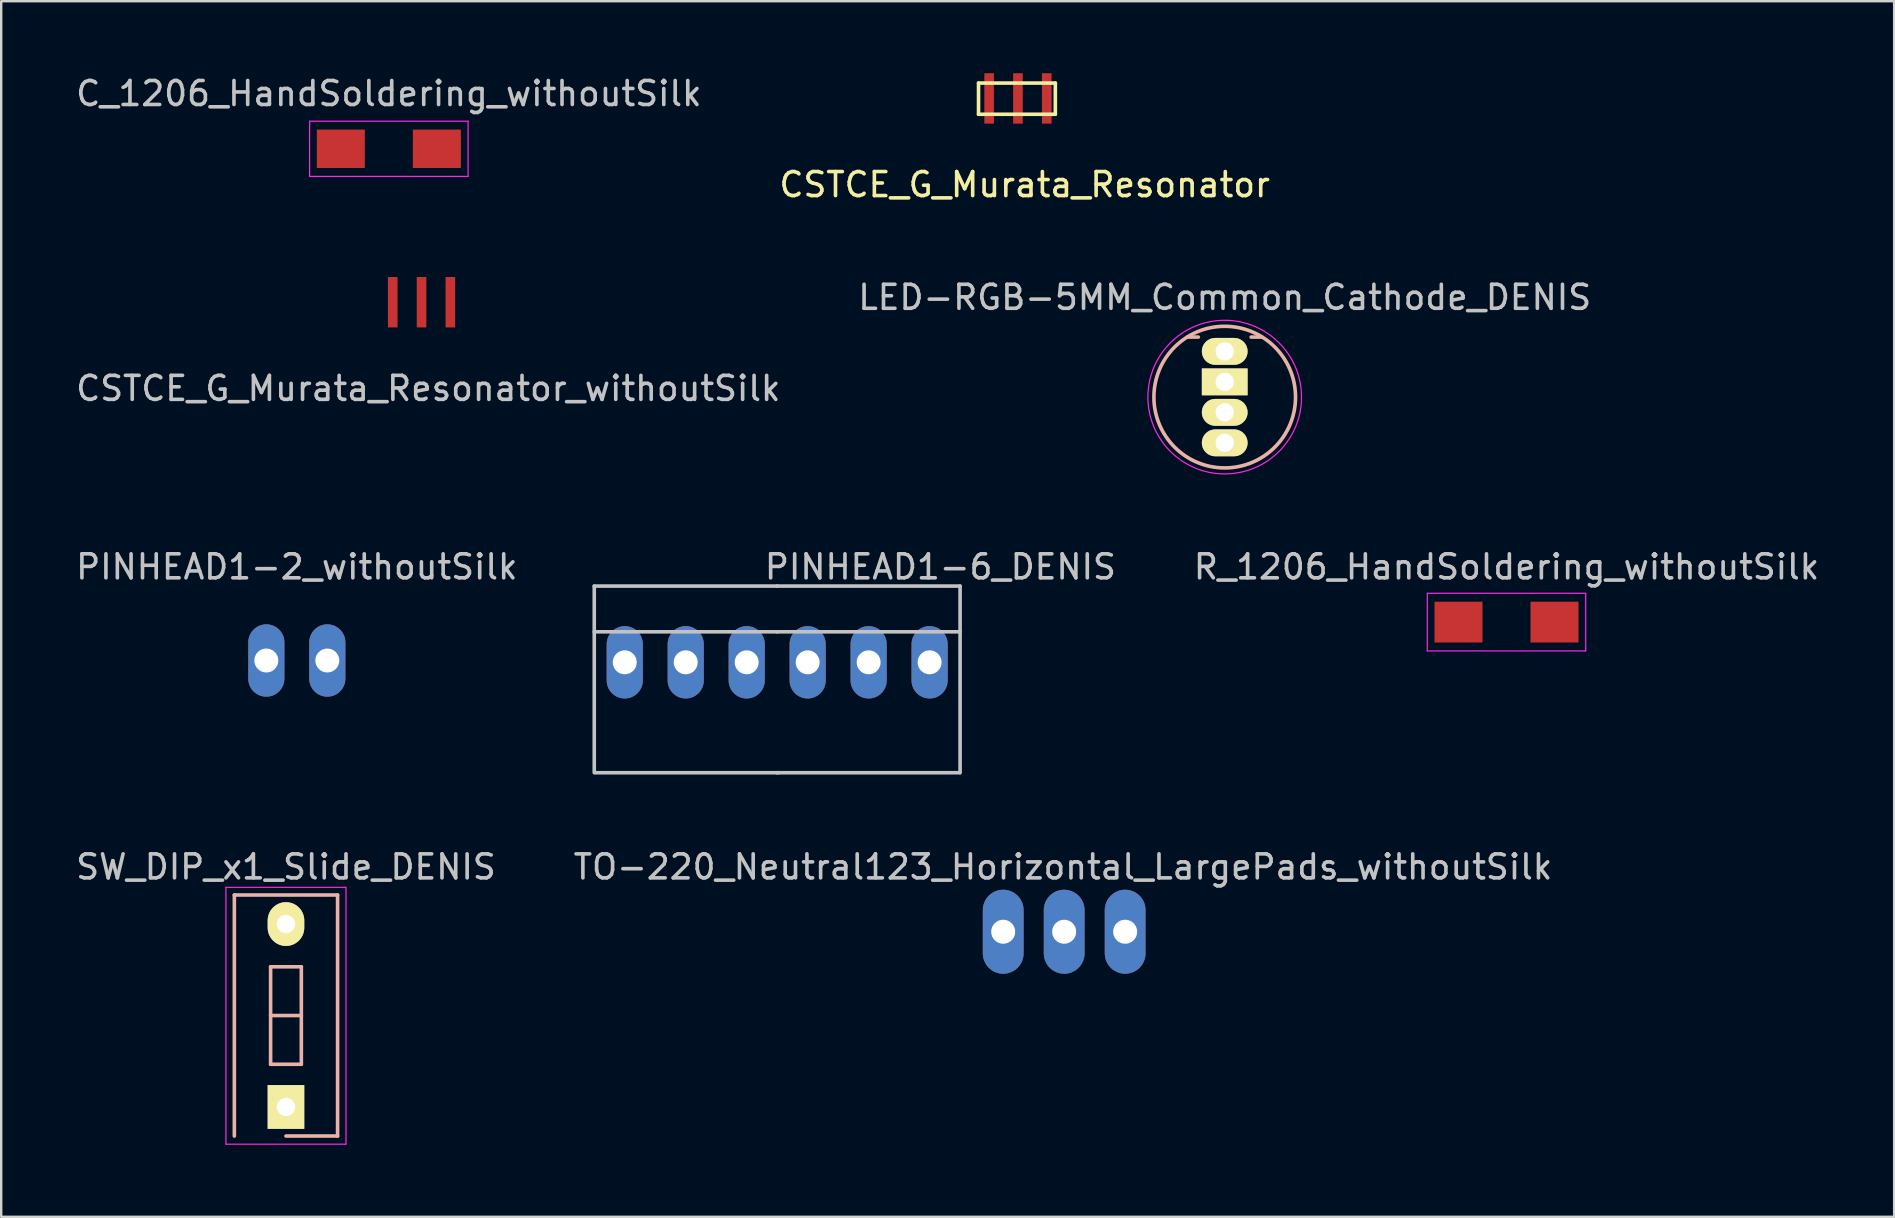
<source format=kicad_pcb>
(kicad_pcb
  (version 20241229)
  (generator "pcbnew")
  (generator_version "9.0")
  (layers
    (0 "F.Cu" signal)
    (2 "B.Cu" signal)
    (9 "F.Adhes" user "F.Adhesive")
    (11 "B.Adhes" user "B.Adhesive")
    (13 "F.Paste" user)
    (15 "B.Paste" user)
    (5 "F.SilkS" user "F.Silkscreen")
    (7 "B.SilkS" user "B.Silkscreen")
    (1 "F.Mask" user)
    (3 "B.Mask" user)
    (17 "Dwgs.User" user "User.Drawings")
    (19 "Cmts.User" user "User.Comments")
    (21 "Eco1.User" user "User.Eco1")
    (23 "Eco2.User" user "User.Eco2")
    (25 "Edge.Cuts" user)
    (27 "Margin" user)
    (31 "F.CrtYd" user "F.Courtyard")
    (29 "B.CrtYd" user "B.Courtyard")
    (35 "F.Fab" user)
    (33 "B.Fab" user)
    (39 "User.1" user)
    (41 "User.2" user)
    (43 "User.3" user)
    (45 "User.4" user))
  (footprint "C_1206_HandSoldering_withoutSilk"
    (layer "F.Cu")
    (at 13.149 3.148)
    (property "Reference" "C_1206_HandSoldering_withoutSilk" (at 0 -2.3 0) (layer "Dwgs.User") (effects (font (size 1 1) (thickness 0.15))))
    (attr smd)
    (fp_line (start -3.3 -1.15) (end -3.3 1.15) (stroke (width 0.05) (type solid)) (layer "F.CrtYd"))
    (fp_line (start -3.3 -1.15) (end 3.3 -1.15) (stroke (width 0.05) (type solid)) (layer "F.CrtYd"))
    (fp_line (start -3.3 1.15) (end 3.3 1.15) (stroke (width 0.05) (type solid)) (layer "F.CrtYd"))
    (fp_line (start 3.3 -1.15) (end 3.3 1.15) (stroke (width 0.05) (type solid)) (layer "F.CrtYd"))
    (pad "1" smd rect (at -2 0) (size 2 1.6) (layers "F.Cu" "F.Mask" "F.Paste"))
    (pad "2" smd rect (at 2 0) (size 2 1.6) (layers "F.Cu" "F.Mask" "F.Paste")))
  (footprint "R_1206_HandSoldering_withoutSilk"
    (layer "F.Cu")
    (at 59.709 22.866)
    (property "Reference" "R_1206_HandSoldering_withoutSilk" (at 0 -2.3 0) (layer "Dwgs.User") (effects (font (size 1 1) (thickness 0.15))))
    (attr smd)
    (fp_line (start -3.3 -1.2) (end -3.3 1.2) (stroke (width 0.05) (type solid)) (layer "F.CrtYd"))
    (fp_line (start -3.3 -1.2) (end 3.3 -1.2) (stroke (width 0.05) (type solid)) (layer "F.CrtYd"))
    (fp_line (start -3.3 1.2) (end 3.3 1.2) (stroke (width 0.05) (type solid)) (layer "F.CrtYd"))
    (fp_line (start 3.3 -1.2) (end 3.3 1.2) (stroke (width 0.05) (type solid)) (layer "F.CrtYd"))
    (pad "1" smd rect (at -2 0) (size 2 1.7) (layers "F.Cu" "F.Mask" "F.Paste"))
    (pad "2" smd rect (at 2 0) (size 2 1.7) (layers "F.Cu" "F.Mask" "F.Paste")))
  (footprint "PINHEAD1-6_DENIS"
    (placed yes)
    (layer "F.Cu")
    (at 29.326 24.541)
    (property "Reference" "PINHEAD1-6_DENIS" (at 6.8 -3.975 0) (layer "Dwgs.User") (effects (font (size 1 1) (thickness 0.15))))
    (attr exclude_from_pos_files exclude_from_bom)
    (fp_line (start -7.62 -3.175) (end -7.62 4.6) (stroke (width 0.15) (type solid)) (layer "Dwgs.User"))
    (fp_line (start -7.62 -3.175) (end 0 -3.175) (stroke (width 0.15) (type solid)) (layer "Dwgs.User"))
    (fp_line (start -0.025 4.6) (end 7.595 4.6) (stroke (width 0.15) (type solid)) (layer "Dwgs.User"))
    (fp_line (start 0 -3.175) (end 7.62 -3.175) (stroke (width 0.15) (type solid)) (layer "Dwgs.User"))
    (fp_line (start 0 -1.27) (end -7.62 -1.27) (stroke (width 0.15) (type solid)) (layer "Dwgs.User"))
    (fp_line (start 0 -1.27) (end 7.62 -1.27) (stroke (width 0.15) (type solid)) (layer "Dwgs.User"))
    (fp_line (start 0.051 4.6) (end -7.569 4.6) (stroke (width 0.15) (type solid)) (layer "Dwgs.User"))
    (fp_line (start 7.62 -3.175) (end 7.62 4.6) (stroke (width 0.15) (type solid)) (layer "Dwgs.User"))
    (pad "1" thru_hole oval (at -6.35 0) (size 1.506 3.015) (drill 0.998) (layers "*.Cu" "*.Mask"))
    (pad "2" thru_hole oval (at -3.81 0) (size 1.506 3.015) (drill 0.998) (layers "*.Cu" "*.Mask"))
    (pad "3" thru_hole oval (at -1.27 0) (size 1.506 3.015) (drill 0.998) (layers "*.Cu" "*.Mask"))
    (pad "4" thru_hole oval (at 1.27 0) (size 1.506 3.015) (drill 0.998) (layers "*.Cu" "*.Mask"))
    (pad "5" thru_hole oval (at 3.81 0) (size 1.506 3.015) (drill 0.998) (layers "*.Cu" "*.Mask"))
    (pad "6" thru_hole oval (at 6.35 0) (size 1.506 3.015) (drill 0.998) (layers "*.Cu" "*.Mask")))
  (footprint "TO-220_Neutral123_Horizontal_LargePads_withoutSilk"
    (placed yes)
    (layer "F.Cu")
    (at 41.282 35.765)
    (property "Reference" "TO-220_Neutral123_Horizontal_LargePads_withoutSilk" (at -0.05 -2.7 0) (layer "Dwgs.User") (effects (font (size 1 1) (thickness 0.15))))
    (attr through_hole)
    (pad "1" thru_hole oval (at -2.54 0 90) (size 3.5 1.699) (drill 1.001) (layers "*.Cu" "*.Mask"))
    (pad "2" thru_hole oval (at 0 0 90) (size 3.5 1.699) (drill 1.001) (layers "*.Cu" "*.Mask"))
    (pad "3" thru_hole oval (at 2.54 0 90) (size 3.5 1.699) (drill 1.001) (layers "*.Cu" "*.Mask")))
  (footprint "LED-RGB-5MM_Common_Cathode_DENIS"
    (layer "F.Cu")
    (at 47.97 11.588)
    (property "Reference" "LED-RGB-5MM_Common_Cathode_DENIS" (at 0 -2.25 0) (layer "Dwgs.User") (effects (font (size 1 1) (thickness 0.15))))
    (attr through_hole)
    (fp_line (start -1.1 -0.595) (end -1.55 -0.595) (stroke (width 0.15) (type solid)) (layer "B.SilkS"))
    (fp_line (start 1.1 -0.595) (end 1.55 -0.595) (stroke (width 0.15) (type solid)) (layer "B.SilkS"))
    (fp_circle (center 0 1.905) (end 2.95 1.905) (stroke (width 0.15) (type solid)) (fill no) (layer "B.SilkS"))
    (fp_circle (center 0 1.905) (end 3.2 1.905) (stroke (width 0.05) (type solid)) (fill no) (layer "F.CrtYd"))
    (pad "1" thru_hole oval (at 0 0) (size 1.905 1.118) (drill 0.762) (layers "*.Cu" "*.Mask" "F.SilkS"))
    (pad "2" thru_hole rect (at 0 1.27) (size 1.905 1.118) (drill 0.762) (layers "*.Cu" "*.Mask" "F.SilkS"))
    (pad "3" thru_hole oval (at 0 2.54) (size 1.905 1.118) (drill 0.762) (layers "*.Cu" "*.Mask" "F.SilkS"))
    (pad "4" thru_hole oval (at 0 3.81) (size 1.905 1.118) (drill 0.762) (layers "*.Cu" "*.Mask" "F.SilkS")))
  (footprint "CSTCE_G_Murata_Resonator"
    (layer "F.Cu")
    (at 38.156 0.288)
    (property "Reference" "CSTCE_G_Murata_Resonator" (at 1.481 4.354 0) (layer "F.SilkS") (effects (font (size 1 1) (thickness 0.15))))
    (attr through_hole)
    (fp_line (start -0.442 0.122) (end -0.442 1.422) (stroke (width 0.15) (type solid)) (layer "F.SilkS"))
    (fp_line (start -0.442 0.122) (end 2.758 0.122) (stroke (width 0.15) (type solid)) (layer "F.SilkS"))
    (fp_line (start -0.442 1.422) (end 2.758 1.422) (stroke (width 0.15) (type solid)) (layer "F.SilkS"))
    (fp_line (start 2.758 0.122) (end 2.758 1.422) (stroke (width 0.15) (type solid)) (layer "F.SilkS"))
    (pad "1" smd rect (at 0 0.762) (size 0.4 2.1) (layers "F.Cu" "F.Mask" "F.Paste"))
    (pad "2" smd rect (at 1.2 0.762) (size 0.4 2.1) (layers "F.Cu" "F.Mask" "F.Paste"))
    (pad "3" smd rect (at 2.4 0.762) (size 0.4 2.1) (layers "F.Cu" "F.Mask" "F.Paste")))
  (footprint "CSTCE_G_Murata_Resonator_withoutSilk"
    (layer "F.Cu")
    (at 13.311 8.778)
    (property "Reference" "CSTCE_G_Murata_Resonator_withoutSilk" (at 1.481 4.354 0) (layer "Dwgs.User") (effects (font (size 1 1) (thickness 0.15))))
    (attr through_hole)
    (pad "1" smd rect (at 0 0.762) (size 0.4 2.1) (layers "F.Cu" "F.Mask" "F.Paste"))
    (pad "2" smd rect (at 1.2 0.762) (size 0.4 2.1) (layers "F.Cu" "F.Mask" "F.Paste"))
    (pad "3" smd rect (at 2.4 0.762) (size 0.4 2.1) (layers "F.Cu" "F.Mask" "F.Paste")))
  (footprint "PINHEAD1-2_withoutSilk"
    (layer "F.Cu")
    (at 9.315 24.466)
    (property "Reference" "PINHEAD1-2_withoutSilk" (at 0 -3.9 0) (layer "Dwgs.User") (effects (font (size 1 1) (thickness 0.15))))
    (attr exclude_from_pos_files exclude_from_bom)
    (pad "1" thru_hole oval (at -1.27 0) (size 1.506 3.015) (drill 0.998) (layers "*.Cu" "*.Mask"))
    (pad "2" thru_hole oval (at 1.27 0) (size 1.506 3.015) (drill 0.998) (layers "*.Cu" "*.Mask")))
  (footprint "SW_DIP_x1_Slide_DENIS"
    (layer "F.Cu")
    (at 8.863 43.065)
    (property "Reference" "SW_DIP_x1_Slide_DENIS" (at 0 -10 0) (layer "Dwgs.User") (effects (font (size 1 1) (thickness 0.15))))
    (attr through_hole)
    (fp_line (start -2.15 -8.83) (end -2.15 1.21) (stroke (width 0.15) (type solid)) (layer "B.SilkS"))
    (fp_line (start -2.15 -8.83) (end 2.15 -8.83) (stroke (width 0.15) (type solid)) (layer "B.SilkS"))
    (fp_line (start -0.64 -5.84) (end -0.64 -1.78) (stroke (width 0.15) (type solid)) (layer "B.SilkS"))
    (fp_line (start -0.64 -3.81) (end 0.64 -3.81) (stroke (width 0.15) (type solid)) (layer "B.SilkS"))
    (fp_line (start -0.64 -1.78) (end 0.64 -1.78) (stroke (width 0.15) (type solid)) (layer "B.SilkS"))
    (fp_line (start 0 1.21) (end 2.15 1.21) (stroke (width 0.15) (type solid)) (layer "B.SilkS"))
    (fp_line (start 0.64 -5.84) (end -0.64 -5.84) (stroke (width 0.15) (type solid)) (layer "B.SilkS"))
    (fp_line (start 0.64 -1.78) (end 0.64 -5.84) (stroke (width 0.15) (type solid)) (layer "B.SilkS"))
    (fp_line (start 2.15 -8.83) (end 2.15 1.21) (stroke (width 0.15) (type solid)) (layer "B.SilkS"))
    (fp_line (start -2.5 -9.15) (end 2.5 -9.15) (stroke (width 0.05) (type solid)) (layer "F.CrtYd"))
    (fp_line (start -2.5 1.55) (end -2.5 -9.15) (stroke (width 0.05) (type solid)) (layer "F.CrtYd"))
    (fp_line (start 2.5 -9.15) (end 2.5 1.55) (stroke (width 0.05) (type solid)) (layer "F.CrtYd"))
    (fp_line (start 2.5 1.55) (end -2.5 1.55) (stroke (width 0.05) (type solid)) (layer "F.CrtYd"))
    (pad "1" thru_hole rect (at 0 0) (size 1.524 1.824) (drill 0.762) (layers "*.Cu" "*.Mask" "F.SilkS"))
    (pad "2" thru_hole oval (at 0 -7.62) (size 1.524 1.824) (drill 0.762) (layers "*.Cu" "*.Mask" "F.SilkS")))
  (gr_rect
    (start -3 -3)
    (end 75.858 47.64)
    (stroke (width 0.1) (type default))
    (fill no)
    (layer "Edge.Cuts")))
</source>
